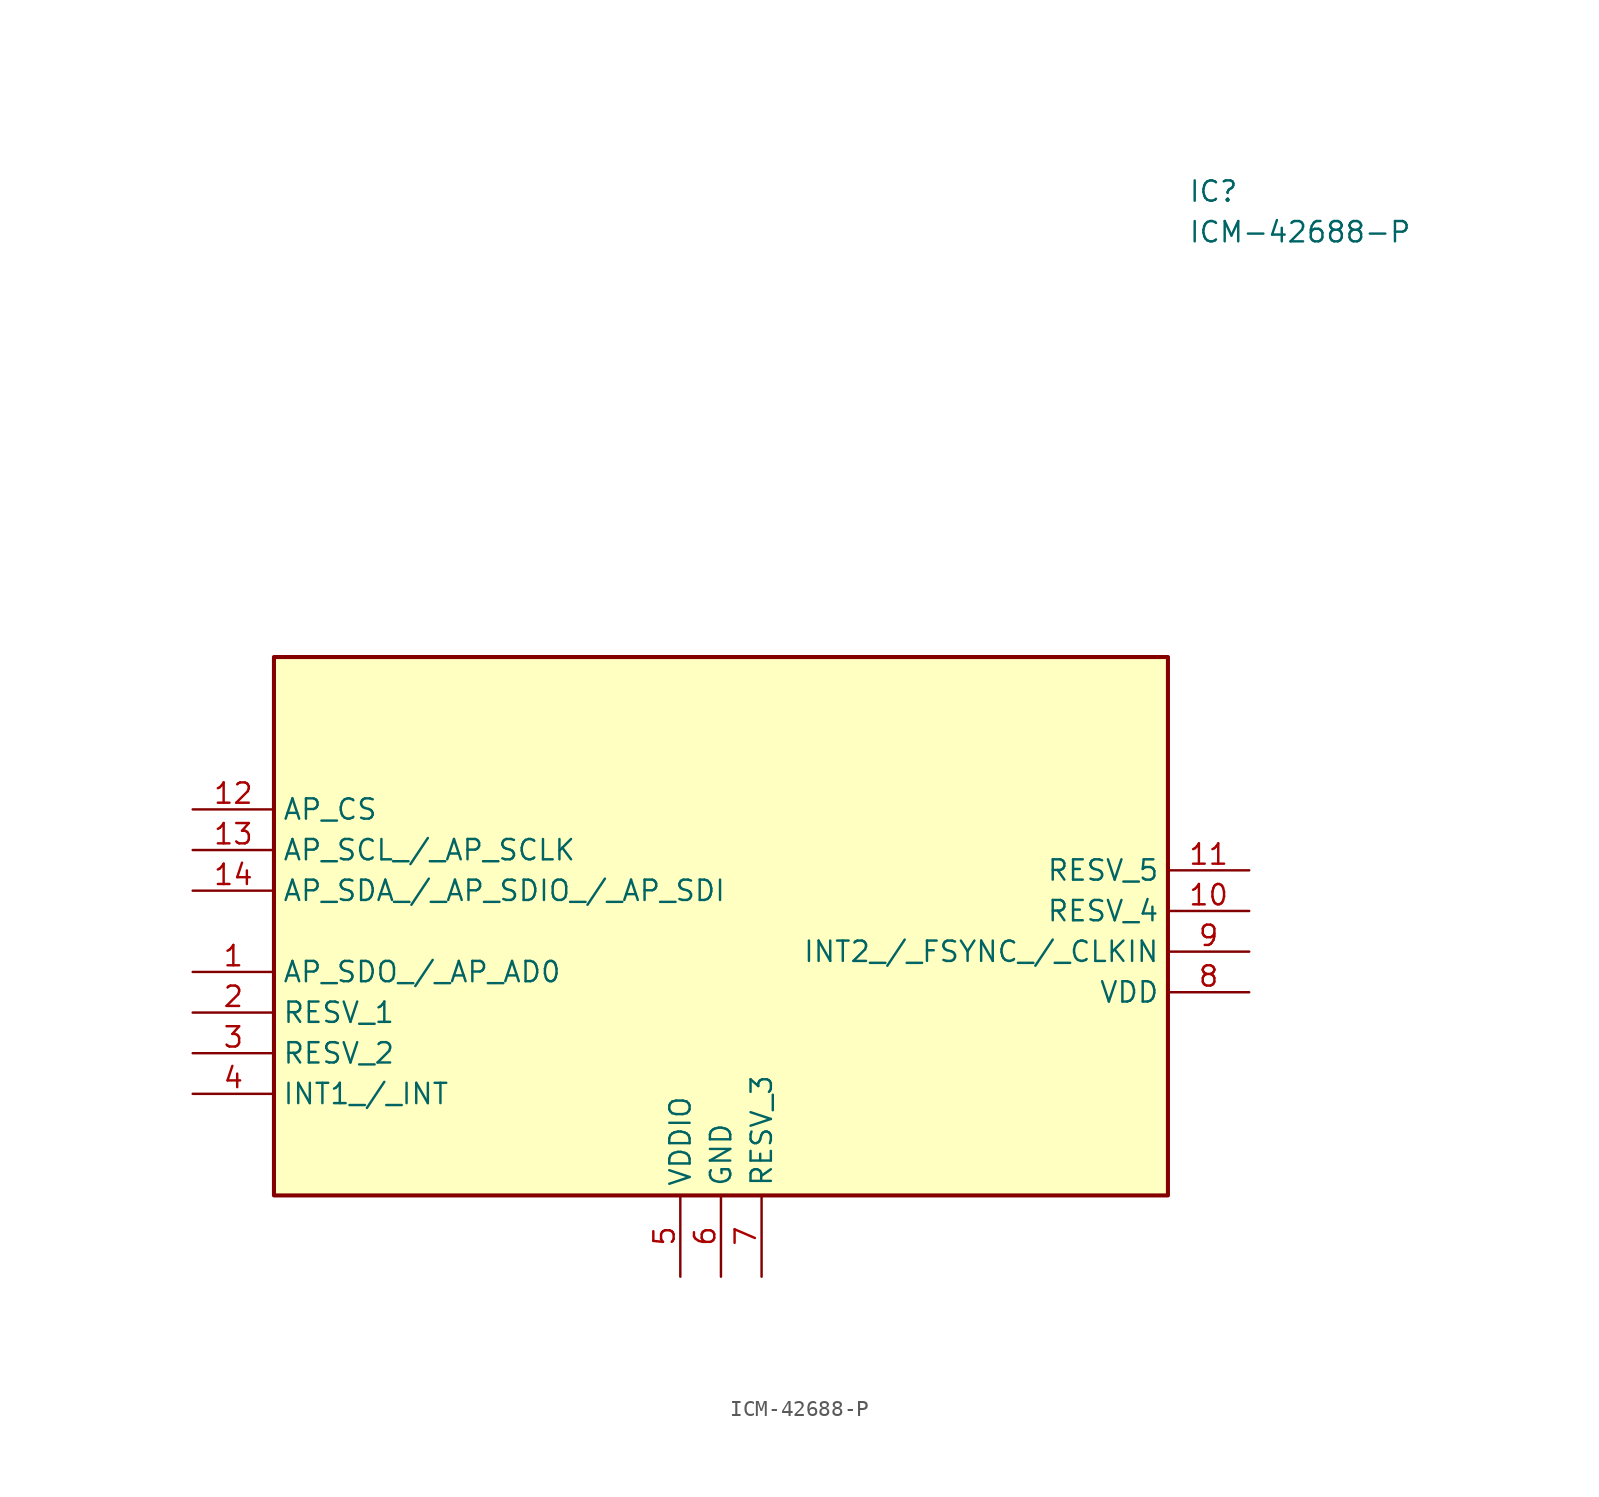
<source format=kicad_sym>
(kicad_symbol_lib
  (version 20231120)
  (generator "kicad_symbol_editor")
  (generator_version "8.0")
  (symbol "ICM-42688-P"
    (property "Reference" "IC"
      (at 62.23 43.18 0)
      (effects (font (size 1.27 1.27)) (justify left top)))
    (property "Value" "ICM-42688-P"
      (at 62.23 40.64 0)
      (effects (font (size 1.27 1.27)) (justify left top)))
    (symbol "ICM-42688-P_1_1"
      (rectangle (start 5.08 13.335) (end 60.96 -20.32) (stroke (width 0.254) (type default)) (fill (type background)))
      (pin passive line (at 0 -6.35 0) (length 5.08) (name "AP_SDO_/_AP_AD0" (effects (font (size 1.27 1.27)))) (number "1" (effects (font (size 1.27 1.27)))))
      (pin passive line (at 66.04 -2.54 180) (length 5.08) (name "RESV_4" (effects (font (size 1.27 1.27)))) (number "10" (effects (font (size 1.27 1.27)))))
      (pin passive line (at 66.04 0 180) (length 5.08) (name "RESV_5" (effects (font (size 1.27 1.27)))) (number "11" (effects (font (size 1.27 1.27)))))
      (pin passive line (at 0 3.81 0) (length 5.08) (name "AP_CS" (effects (font (size 1.27 1.27)))) (number "12" (effects (font (size 1.27 1.27)))))
      (pin passive line (at 0 1.27 0) (length 5.08) (name "AP_SCL_/_AP_SCLK" (effects (font (size 1.27 1.27)))) (number "13" (effects (font (size 1.27 1.27)))))
      (pin passive line (at 0 -1.27 0) (length 5.08) (name "AP_SDA_/_AP_SDIO_/_AP_SDI" (effects (font (size 1.27 1.27)))) (number "14" (effects (font (size 1.27 1.27)))))
      (pin passive line (at 0 -8.89 0) (length 5.08) (name "RESV_1" (effects (font (size 1.27 1.27)))) (number "2" (effects (font (size 1.27 1.27)))))
      (pin passive line (at 0 -11.43 0) (length 5.08) (name "RESV_2" (effects (font (size 1.27 1.27)))) (number "3" (effects (font (size 1.27 1.27)))))
      (pin passive line (at 0 -13.97 0) (length 5.08) (name "INT1_/_INT" (effects (font (size 1.27 1.27)))) (number "4" (effects (font (size 1.27 1.27)))))
      (pin passive line (at 30.48 -25.4 90) (length 5.08) (name "VDDIO" (effects (font (size 1.27 1.27)))) (number "5" (effects (font (size 1.27 1.27)))))
      (pin passive line (at 33.02 -25.4 90) (length 5.08) (name "GND" (effects (font (size 1.27 1.27)))) (number "6" (effects (font (size 1.27 1.27)))))
      (pin passive line (at 35.56 -25.4 90) (length 5.08) (name "RESV_3" (effects (font (size 1.27 1.27)))) (number "7" (effects (font (size 1.27 1.27)))))
      (pin passive line (at 66.04 -7.62 180) (length 5.08) (name "VDD" (effects (font (size 1.27 1.27)))) (number "8" (effects (font (size 1.27 1.27)))))
      (pin passive line (at 66.04 -5.08 180) (length 5.08) (name "INT2_/_FSYNC_/_CLKIN" (effects (font (size 1.27 1.27)))) (number "9" (effects (font (size 1.27 1.27))))))))
</source>
